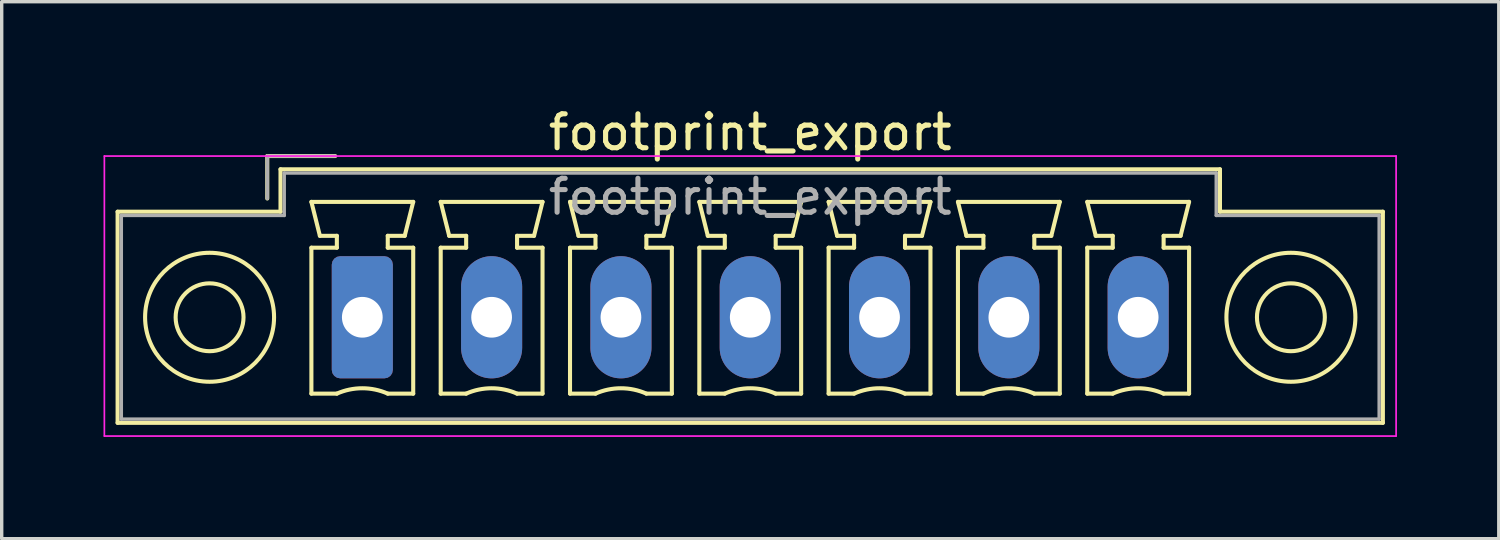
<source format=kicad_pcb>
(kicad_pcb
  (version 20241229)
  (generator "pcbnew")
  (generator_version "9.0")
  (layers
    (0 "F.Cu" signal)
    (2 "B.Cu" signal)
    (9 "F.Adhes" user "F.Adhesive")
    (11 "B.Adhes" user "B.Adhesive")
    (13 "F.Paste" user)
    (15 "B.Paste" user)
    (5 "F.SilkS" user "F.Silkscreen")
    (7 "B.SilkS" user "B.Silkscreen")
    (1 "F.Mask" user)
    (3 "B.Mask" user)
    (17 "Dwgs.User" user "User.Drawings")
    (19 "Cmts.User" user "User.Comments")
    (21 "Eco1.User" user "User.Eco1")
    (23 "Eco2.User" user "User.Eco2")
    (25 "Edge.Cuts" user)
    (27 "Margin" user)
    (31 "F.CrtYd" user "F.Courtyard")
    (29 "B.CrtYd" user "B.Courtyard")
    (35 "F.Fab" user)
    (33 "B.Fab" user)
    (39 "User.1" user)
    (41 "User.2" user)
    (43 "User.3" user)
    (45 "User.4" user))
  (footprint "footprint_export"
    (layer "F.Cu")
    (at 7.625 6.298)
    (property "Reference" "footprint_export" (at 11.43 -5.45 0) (layer "F.SilkS") (effects (font (size 1 1) (thickness 0.15))))
    (attr through_hole)
    (fp_line (start -7.21 -3.11) (end -7.21 3.11) (stroke (width 0.12) (type solid)) (layer "F.SilkS"))
    (fp_line (start -7.21 3.11) (end 30.07 3.11) (stroke (width 0.12) (type solid)) (layer "F.SilkS"))
    (fp_line (start -2.8 -4.75) (end -0.8 -4.75) (stroke (width 0.12) (type solid)) (layer "F.SilkS"))
    (fp_line (start -2.8 -3.5) (end -2.8 -4.75) (stroke (width 0.12) (type solid)) (layer "F.SilkS"))
    (fp_line (start -2.41 -4.36) (end -2.41 -3.11) (stroke (width 0.12) (type solid)) (layer "F.SilkS"))
    (fp_line (start -2.41 -3.11) (end -7.21 -3.11) (stroke (width 0.12) (type solid)) (layer "F.SilkS"))
    (fp_line (start -1.5 -3.4) (end 1.5 -3.4) (stroke (width 0.12) (type solid)) (layer "F.SilkS"))
    (fp_line (start -1.5 -2.05) (end -0.75 -2.05) (stroke (width 0.12) (type solid)) (layer "F.SilkS"))
    (fp_line (start -1.5 2.25) (end -1.5 -2.05) (stroke (width 0.12) (type solid)) (layer "F.SilkS"))
    (fp_line (start -1.25 -2.4) (end -1.5 -3.4) (stroke (width 0.12) (type solid)) (layer "F.SilkS"))
    (fp_line (start -0.75 -2.4) (end -1.25 -2.4) (stroke (width 0.12) (type solid)) (layer "F.SilkS"))
    (fp_line (start -0.75 -2.05) (end -0.75 -2.4) (stroke (width 0.12) (type solid)) (layer "F.SilkS"))
    (fp_line (start -0.75 2.25) (end -1.5 2.25) (stroke (width 0.12) (type solid)) (layer "F.SilkS"))
    (fp_line (start 0.75 -2.4) (end 0.75 -2.05) (stroke (width 0.12) (type solid)) (layer "F.SilkS"))
    (fp_line (start 0.75 -2.05) (end 1.5 -2.05) (stroke (width 0.12) (type solid)) (layer "F.SilkS"))
    (fp_line (start 1.25 -2.4) (end 0.75 -2.4) (stroke (width 0.12) (type solid)) (layer "F.SilkS"))
    (fp_line (start 1.5 -3.4) (end 1.25 -2.4) (stroke (width 0.12) (type solid)) (layer "F.SilkS"))
    (fp_line (start 1.5 -2.05) (end 1.5 2.25) (stroke (width 0.12) (type solid)) (layer "F.SilkS"))
    (fp_line (start 1.5 2.25) (end 0.75 2.25) (stroke (width 0.12) (type solid)) (layer "F.SilkS"))
    (fp_line (start 2.31 -3.4) (end 5.31 -3.4) (stroke (width 0.12) (type solid)) (layer "F.SilkS"))
    (fp_line (start 2.31 -2.05) (end 3.06 -2.05) (stroke (width 0.12) (type solid)) (layer "F.SilkS"))
    (fp_line (start 2.31 2.25) (end 2.31 -2.05) (stroke (width 0.12) (type solid)) (layer "F.SilkS"))
    (fp_line (start 2.56 -2.4) (end 2.31 -3.4) (stroke (width 0.12) (type solid)) (layer "F.SilkS"))
    (fp_line (start 3.06 -2.4) (end 2.56 -2.4) (stroke (width 0.12) (type solid)) (layer "F.SilkS"))
    (fp_line (start 3.06 -2.05) (end 3.06 -2.4) (stroke (width 0.12) (type solid)) (layer "F.SilkS"))
    (fp_line (start 3.06 2.25) (end 2.31 2.25) (stroke (width 0.12) (type solid)) (layer "F.SilkS"))
    (fp_line (start 4.56 -2.4) (end 4.56 -2.05) (stroke (width 0.12) (type solid)) (layer "F.SilkS"))
    (fp_line (start 4.56 -2.05) (end 5.31 -2.05) (stroke (width 0.12) (type solid)) (layer "F.SilkS"))
    (fp_line (start 5.06 -2.4) (end 4.56 -2.4) (stroke (width 0.12) (type solid)) (layer "F.SilkS"))
    (fp_line (start 5.31 -3.4) (end 5.06 -2.4) (stroke (width 0.12) (type solid)) (layer "F.SilkS"))
    (fp_line (start 5.31 -2.05) (end 5.31 2.25) (stroke (width 0.12) (type solid)) (layer "F.SilkS"))
    (fp_line (start 5.31 2.25) (end 4.56 2.25) (stroke (width 0.12) (type solid)) (layer "F.SilkS"))
    (fp_line (start 6.12 -3.4) (end 9.12 -3.4) (stroke (width 0.12) (type solid)) (layer "F.SilkS"))
    (fp_line (start 6.12 -2.05) (end 6.87 -2.05) (stroke (width 0.12) (type solid)) (layer "F.SilkS"))
    (fp_line (start 6.12 2.25) (end 6.12 -2.05) (stroke (width 0.12) (type solid)) (layer "F.SilkS"))
    (fp_line (start 6.37 -2.4) (end 6.12 -3.4) (stroke (width 0.12) (type solid)) (layer "F.SilkS"))
    (fp_line (start 6.87 -2.4) (end 6.37 -2.4) (stroke (width 0.12) (type solid)) (layer "F.SilkS"))
    (fp_line (start 6.87 -2.05) (end 6.87 -2.4) (stroke (width 0.12) (type solid)) (layer "F.SilkS"))
    (fp_line (start 6.87 2.25) (end 6.12 2.25) (stroke (width 0.12) (type solid)) (layer "F.SilkS"))
    (fp_line (start 8.37 -2.4) (end 8.37 -2.05) (stroke (width 0.12) (type solid)) (layer "F.SilkS"))
    (fp_line (start 8.37 -2.05) (end 9.12 -2.05) (stroke (width 0.12) (type solid)) (layer "F.SilkS"))
    (fp_line (start 8.87 -2.4) (end 8.37 -2.4) (stroke (width 0.12) (type solid)) (layer "F.SilkS"))
    (fp_line (start 9.12 -3.4) (end 8.87 -2.4) (stroke (width 0.12) (type solid)) (layer "F.SilkS"))
    (fp_line (start 9.12 -2.05) (end 9.12 2.25) (stroke (width 0.12) (type solid)) (layer "F.SilkS"))
    (fp_line (start 9.12 2.25) (end 8.37 2.25) (stroke (width 0.12) (type solid)) (layer "F.SilkS"))
    (fp_line (start 9.93 -3.4) (end 12.93 -3.4) (stroke (width 0.12) (type solid)) (layer "F.SilkS"))
    (fp_line (start 9.93 -2.05) (end 10.68 -2.05) (stroke (width 0.12) (type solid)) (layer "F.SilkS"))
    (fp_line (start 9.93 2.25) (end 9.93 -2.05) (stroke (width 0.12) (type solid)) (layer "F.SilkS"))
    (fp_line (start 10.18 -2.4) (end 9.93 -3.4) (stroke (width 0.12) (type solid)) (layer "F.SilkS"))
    (fp_line (start 10.68 -2.4) (end 10.18 -2.4) (stroke (width 0.12) (type solid)) (layer "F.SilkS"))
    (fp_line (start 10.68 -2.05) (end 10.68 -2.4) (stroke (width 0.12) (type solid)) (layer "F.SilkS"))
    (fp_line (start 10.68 2.25) (end 9.93 2.25) (stroke (width 0.12) (type solid)) (layer "F.SilkS"))
    (fp_line (start 12.18 -2.4) (end 12.18 -2.05) (stroke (width 0.12) (type solid)) (layer "F.SilkS"))
    (fp_line (start 12.18 -2.05) (end 12.93 -2.05) (stroke (width 0.12) (type solid)) (layer "F.SilkS"))
    (fp_line (start 12.68 -2.4) (end 12.18 -2.4) (stroke (width 0.12) (type solid)) (layer "F.SilkS"))
    (fp_line (start 12.93 -3.4) (end 12.68 -2.4) (stroke (width 0.12) (type solid)) (layer "F.SilkS"))
    (fp_line (start 12.93 -2.05) (end 12.93 2.25) (stroke (width 0.12) (type solid)) (layer "F.SilkS"))
    (fp_line (start 12.93 2.25) (end 12.18 2.25) (stroke (width 0.12) (type solid)) (layer "F.SilkS"))
    (fp_line (start 13.74 -3.4) (end 16.74 -3.4) (stroke (width 0.12) (type solid)) (layer "F.SilkS"))
    (fp_line (start 13.74 -2.05) (end 14.49 -2.05) (stroke (width 0.12) (type solid)) (layer "F.SilkS"))
    (fp_line (start 13.74 2.25) (end 13.74 -2.05) (stroke (width 0.12) (type solid)) (layer "F.SilkS"))
    (fp_line (start 13.99 -2.4) (end 13.74 -3.4) (stroke (width 0.12) (type solid)) (layer "F.SilkS"))
    (fp_line (start 14.49 -2.4) (end 13.99 -2.4) (stroke (width 0.12) (type solid)) (layer "F.SilkS"))
    (fp_line (start 14.49 -2.05) (end 14.49 -2.4) (stroke (width 0.12) (type solid)) (layer "F.SilkS"))
    (fp_line (start 14.49 2.25) (end 13.74 2.25) (stroke (width 0.12) (type solid)) (layer "F.SilkS"))
    (fp_line (start 15.99 -2.4) (end 15.99 -2.05) (stroke (width 0.12) (type solid)) (layer "F.SilkS"))
    (fp_line (start 15.99 -2.05) (end 16.74 -2.05) (stroke (width 0.12) (type solid)) (layer "F.SilkS"))
    (fp_line (start 16.49 -2.4) (end 15.99 -2.4) (stroke (width 0.12) (type solid)) (layer "F.SilkS"))
    (fp_line (start 16.74 -3.4) (end 16.49 -2.4) (stroke (width 0.12) (type solid)) (layer "F.SilkS"))
    (fp_line (start 16.74 -2.05) (end 16.74 2.25) (stroke (width 0.12) (type solid)) (layer "F.SilkS"))
    (fp_line (start 16.74 2.25) (end 15.99 2.25) (stroke (width 0.12) (type solid)) (layer "F.SilkS"))
    (fp_line (start 17.55 -3.4) (end 20.55 -3.4) (stroke (width 0.12) (type solid)) (layer "F.SilkS"))
    (fp_line (start 17.55 -2.05) (end 18.3 -2.05) (stroke (width 0.12) (type solid)) (layer "F.SilkS"))
    (fp_line (start 17.55 2.25) (end 17.55 -2.05) (stroke (width 0.12) (type solid)) (layer "F.SilkS"))
    (fp_line (start 17.8 -2.4) (end 17.55 -3.4) (stroke (width 0.12) (type solid)) (layer "F.SilkS"))
    (fp_line (start 18.3 -2.4) (end 17.8 -2.4) (stroke (width 0.12) (type solid)) (layer "F.SilkS"))
    (fp_line (start 18.3 -2.05) (end 18.3 -2.4) (stroke (width 0.12) (type solid)) (layer "F.SilkS"))
    (fp_line (start 18.3 2.25) (end 17.55 2.25) (stroke (width 0.12) (type solid)) (layer "F.SilkS"))
    (fp_line (start 19.8 -2.4) (end 19.8 -2.05) (stroke (width 0.12) (type solid)) (layer "F.SilkS"))
    (fp_line (start 19.8 -2.05) (end 20.55 -2.05) (stroke (width 0.12) (type solid)) (layer "F.SilkS"))
    (fp_line (start 20.3 -2.4) (end 19.8 -2.4) (stroke (width 0.12) (type solid)) (layer "F.SilkS"))
    (fp_line (start 20.55 -3.4) (end 20.3 -2.4) (stroke (width 0.12) (type solid)) (layer "F.SilkS"))
    (fp_line (start 20.55 -2.05) (end 20.55 2.25) (stroke (width 0.12) (type solid)) (layer "F.SilkS"))
    (fp_line (start 20.55 2.25) (end 19.8 2.25) (stroke (width 0.12) (type solid)) (layer "F.SilkS"))
    (fp_line (start 21.36 -3.4) (end 24.36 -3.4) (stroke (width 0.12) (type solid)) (layer "F.SilkS"))
    (fp_line (start 21.36 -2.05) (end 22.11 -2.05) (stroke (width 0.12) (type solid)) (layer "F.SilkS"))
    (fp_line (start 21.36 2.25) (end 21.36 -2.05) (stroke (width 0.12) (type solid)) (layer "F.SilkS"))
    (fp_line (start 21.61 -2.4) (end 21.36 -3.4) (stroke (width 0.12) (type solid)) (layer "F.SilkS"))
    (fp_line (start 22.11 -2.4) (end 21.61 -2.4) (stroke (width 0.12) (type solid)) (layer "F.SilkS"))
    (fp_line (start 22.11 -2.05) (end 22.11 -2.4) (stroke (width 0.12) (type solid)) (layer "F.SilkS"))
    (fp_line (start 22.11 2.25) (end 21.36 2.25) (stroke (width 0.12) (type solid)) (layer "F.SilkS"))
    (fp_line (start 23.61 -2.4) (end 23.61 -2.05) (stroke (width 0.12) (type solid)) (layer "F.SilkS"))
    (fp_line (start 23.61 -2.05) (end 24.36 -2.05) (stroke (width 0.12) (type solid)) (layer "F.SilkS"))
    (fp_line (start 24.11 -2.4) (end 23.61 -2.4) (stroke (width 0.12) (type solid)) (layer "F.SilkS"))
    (fp_line (start 24.36 -3.4) (end 24.11 -2.4) (stroke (width 0.12) (type solid)) (layer "F.SilkS"))
    (fp_line (start 24.36 -2.05) (end 24.36 2.25) (stroke (width 0.12) (type solid)) (layer "F.SilkS"))
    (fp_line (start 24.36 2.25) (end 23.61 2.25) (stroke (width 0.12) (type solid)) (layer "F.SilkS"))
    (fp_line (start 25.27 -4.36) (end -2.41 -4.36) (stroke (width 0.12) (type solid)) (layer "F.SilkS"))
    (fp_line (start 25.27 -3.11) (end 25.27 -4.36) (stroke (width 0.12) (type solid)) (layer "F.SilkS"))
    (fp_line (start 30.07 -3.11) (end 25.27 -3.11) (stroke (width 0.12) (type solid)) (layer "F.SilkS"))
    (fp_line (start 30.07 3.11) (end 30.07 -3.11) (stroke (width 0.12) (type solid)) (layer "F.SilkS"))
    (fp_arc (start -0.75 2.25) (mid -0.000193 2.09191) (end 0.749647 2.249844) (stroke (width 0.12) (type solid)) (layer "F.SilkS"))
    (fp_arc (start 3.06 2.25) (mid 3.809807 2.09191) (end 4.559647 2.249844) (stroke (width 0.12) (type solid)) (layer "F.SilkS"))
    (fp_arc (start 6.87 2.25) (mid 7.619807 2.09191) (end 8.369647 2.249844) (stroke (width 0.12) (type solid)) (layer "F.SilkS"))
    (fp_arc (start 10.68 2.25) (mid 11.429807 2.09191) (end 12.179647 2.249844) (stroke (width 0.12) (type solid)) (layer "F.SilkS"))
    (fp_arc (start 14.49 2.25) (mid 15.239807 2.09191) (end 15.989647 2.249844) (stroke (width 0.12) (type solid)) (layer "F.SilkS"))
    (fp_arc (start 18.3 2.25) (mid 19.049807 2.09191) (end 19.799647 2.249844) (stroke (width 0.12) (type solid)) (layer "F.SilkS"))
    (fp_arc (start 22.11 2.25) (mid 22.859807 2.09191) (end 23.609647 2.249844) (stroke (width 0.12) (type solid)) (layer "F.SilkS"))
    (fp_circle (center -4.5 0) (end -3.5 0) (stroke (width 0.12) (type solid)) (fill no) (layer "F.SilkS"))
    (fp_circle (center -4.5 0) (end -2.6 0) (stroke (width 0.12) (type solid)) (fill no) (layer "F.SilkS"))
    (fp_circle (center 27.36 0) (end 28.36 0) (stroke (width 0.12) (type solid)) (fill no) (layer "F.SilkS"))
    (fp_circle (center 27.36 0) (end 29.26 0) (stroke (width 0.12) (type solid)) (fill no) (layer "F.SilkS"))
    (fp_line (start -7.6 -4.75) (end -7.6 3.5) (stroke (width 0.05) (type solid)) (layer "F.CrtYd"))
    (fp_line (start -7.6 3.5) (end 30.46 3.5) (stroke (width 0.05) (type solid)) (layer "F.CrtYd"))
    (fp_line (start 30.46 -4.75) (end -7.6 -4.75) (stroke (width 0.05) (type solid)) (layer "F.CrtYd"))
    (fp_line (start 30.46 3.5) (end 30.46 -4.75) (stroke (width 0.05) (type solid)) (layer "F.CrtYd"))
    (fp_line (start -7.1 -3) (end -7.1 3) (stroke (width 0.1) (type solid)) (layer "F.Fab"))
    (fp_line (start -7.1 3) (end 29.96 3) (stroke (width 0.1) (type solid)) (layer "F.Fab"))
    (fp_line (start -2.8 -4.75) (end -0.8 -4.75) (stroke (width 0.1) (type solid)) (layer "F.Fab"))
    (fp_line (start -2.8 -3.5) (end -2.8 -4.75) (stroke (width 0.1) (type solid)) (layer "F.Fab"))
    (fp_line (start -2.3 -4.25) (end -2.3 -3) (stroke (width 0.1) (type solid)) (layer "F.Fab"))
    (fp_line (start -2.3 -3) (end -7.1 -3) (stroke (width 0.1) (type solid)) (layer "F.Fab"))
    (fp_line (start 25.16 -4.25) (end -2.3 -4.25) (stroke (width 0.1) (type solid)) (layer "F.Fab"))
    (fp_line (start 25.16 -3) (end 25.16 -4.25) (stroke (width 0.1) (type solid)) (layer "F.Fab"))
    (fp_line (start 29.96 -3) (end 25.16 -3) (stroke (width 0.1) (type solid)) (layer "F.Fab"))
    (fp_line (start 29.96 3) (end 29.96 -3) (stroke (width 0.1) (type solid)) (layer "F.Fab"))
    (fp_text user "${REFERENCE}" (at 11.43 -3.55 0) (layer "F.Fab") (effects (font (size 1 1) (thickness 0.15))))
    (pad "1" thru_hole roundrect (at 0 0) (size 1.8 3.6) (drill 1.2) (layers "*.Cu" "*.Mask") (roundrect_rratio 0.139))
    (pad "2" thru_hole oval (at 3.81 0) (size 1.8 3.6) (drill 1.2) (layers "*.Cu" "*.Mask"))
    (pad "3" thru_hole oval (at 7.62 0) (size 1.8 3.6) (drill 1.2) (layers "*.Cu" "*.Mask"))
    (pad "4" thru_hole oval (at 11.43 0) (size 1.8 3.6) (drill 1.2) (layers "*.Cu" "*.Mask"))
    (pad "5" thru_hole oval (at 15.24 0) (size 1.8 3.6) (drill 1.2) (layers "*.Cu" "*.Mask"))
    (pad "6" thru_hole oval (at 19.05 0) (size 1.8 3.6) (drill 1.2) (layers "*.Cu" "*.Mask"))
    (pad "7" thru_hole oval (at 22.86 0) (size 1.8 3.6) (drill 1.2) (layers "*.Cu" "*.Mask")))
  (gr_rect
    (start -3 -3)
    (end 41.11 12.823)
    (stroke (width 0.1) (type default))
    (fill no)
    (layer "Edge.Cuts")))
</source>
